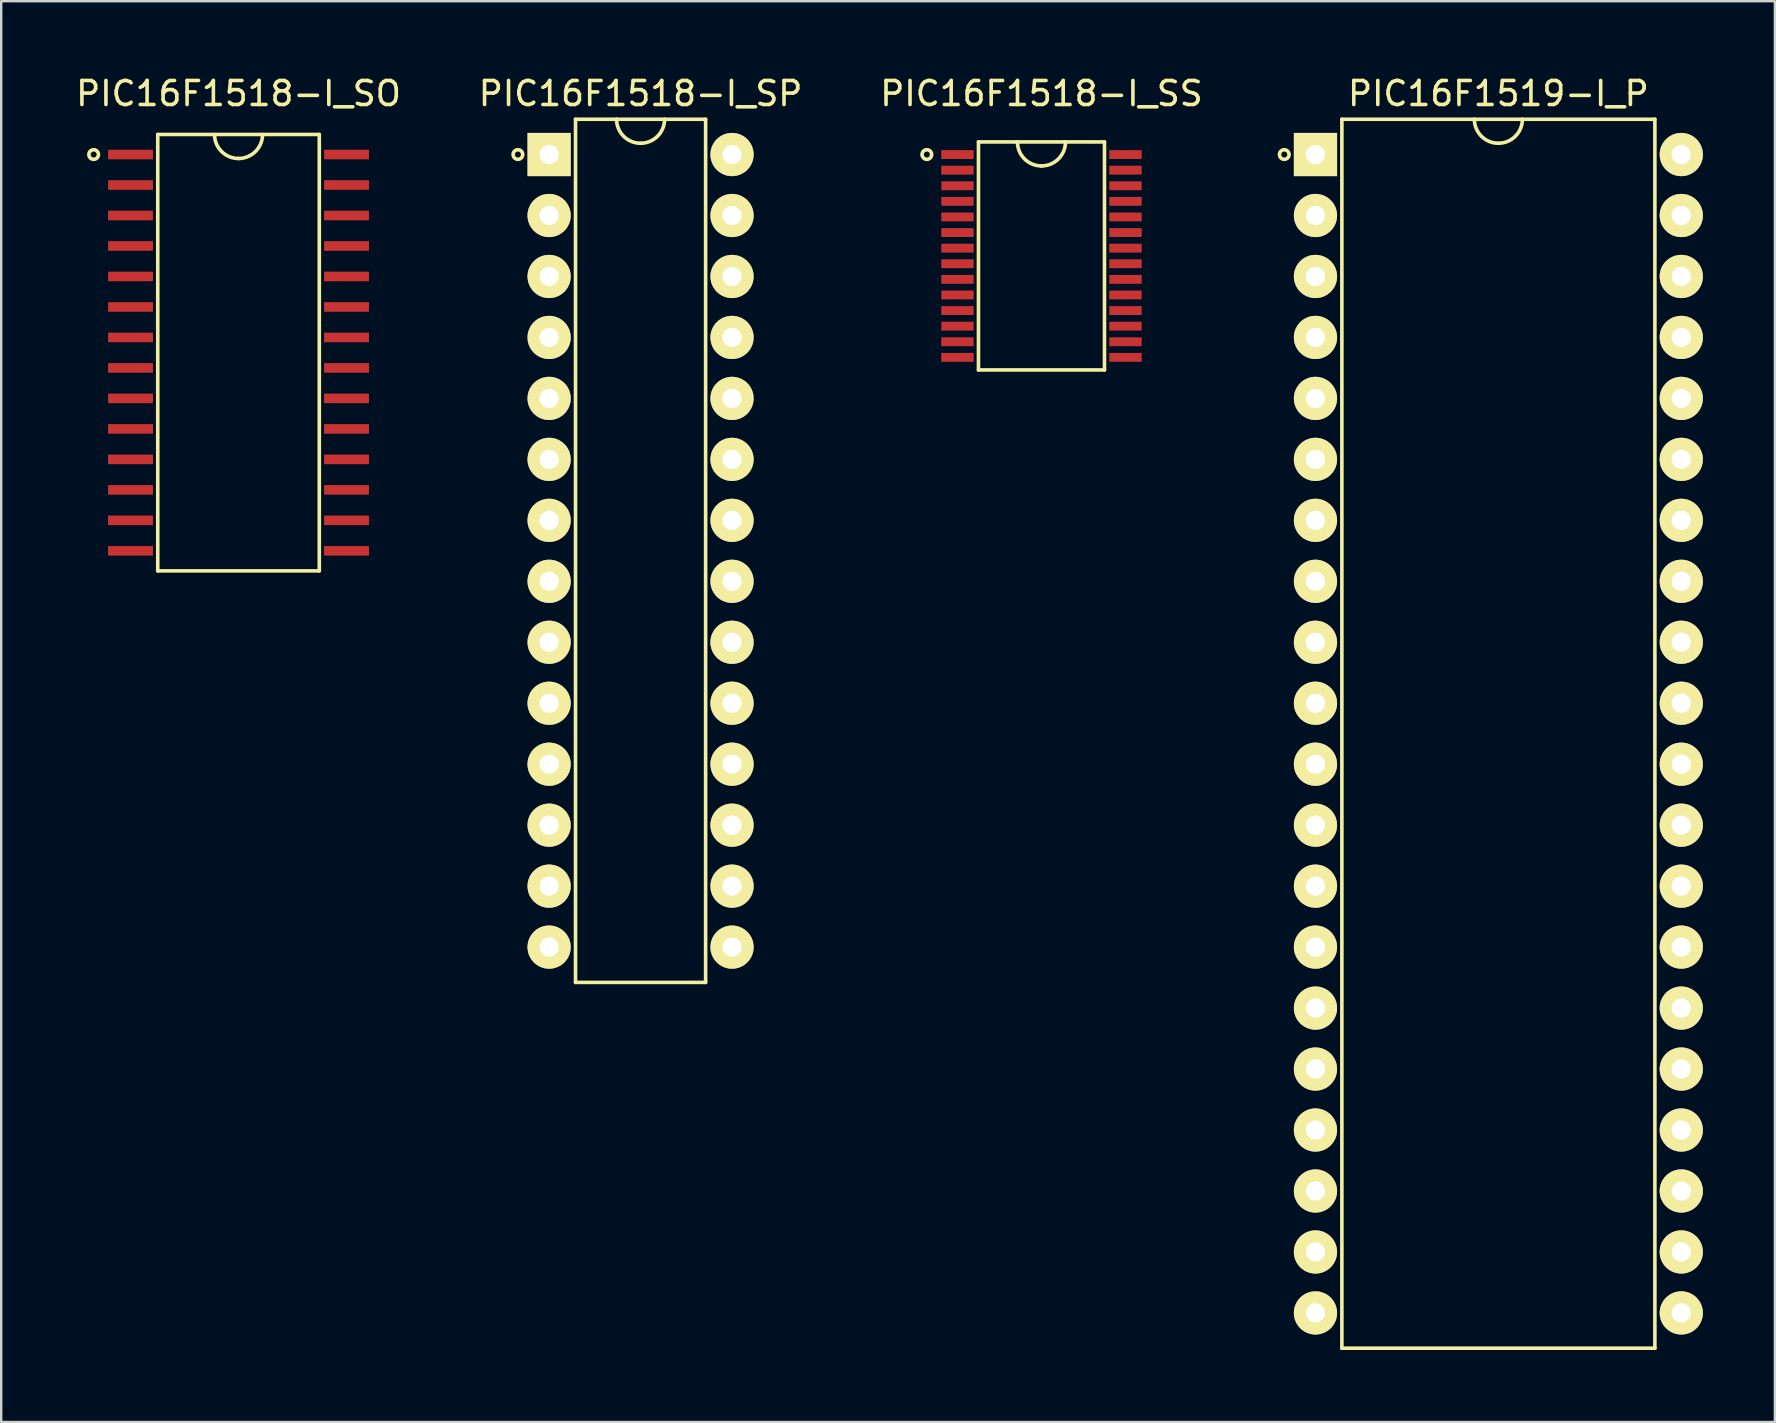
<source format=kicad_pcb>
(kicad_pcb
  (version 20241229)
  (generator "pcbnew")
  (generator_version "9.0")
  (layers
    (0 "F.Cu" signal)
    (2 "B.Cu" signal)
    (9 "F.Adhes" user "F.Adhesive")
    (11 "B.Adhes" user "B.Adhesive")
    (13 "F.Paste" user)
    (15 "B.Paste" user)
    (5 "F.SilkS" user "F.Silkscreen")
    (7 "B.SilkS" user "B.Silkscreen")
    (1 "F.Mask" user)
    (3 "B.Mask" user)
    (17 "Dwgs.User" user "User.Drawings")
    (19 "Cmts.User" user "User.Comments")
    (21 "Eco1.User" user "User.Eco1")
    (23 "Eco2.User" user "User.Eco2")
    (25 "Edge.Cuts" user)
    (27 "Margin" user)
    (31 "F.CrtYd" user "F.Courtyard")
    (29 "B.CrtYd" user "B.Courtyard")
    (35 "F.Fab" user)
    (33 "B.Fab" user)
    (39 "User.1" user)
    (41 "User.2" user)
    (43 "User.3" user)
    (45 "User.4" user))
  (footprint "PIC16F1518-I_SP"
    (layer "F.Cu")
    (at 19.827 3.388)
    (property "Reference" "PIC16F1518-I_SP" (at 3.81 -2.54 0) (layer "F.SilkS") (effects (font (size 1 1) (thickness 0.15))))
    (attr through_hole)
    (fp_line (start 1.1 -1.47) (end 6.52 -1.47) (stroke (width 0.15) (type solid)) (layer "F.SilkS"))
    (fp_line (start 1.1 34.49) (end 1.1 -1.47) (stroke (width 0.15) (type solid)) (layer "F.SilkS"))
    (fp_line (start 6.52 -1.47) (end 6.52 34.49) (stroke (width 0.15) (type solid)) (layer "F.SilkS"))
    (fp_line (start 6.52 34.49) (end 1.1 34.49) (stroke (width 0.15) (type solid)) (layer "F.SilkS"))
    (fp_arc (start 3.81 -0.47) (mid 3.102893 -0.762893) (end 2.81 -1.47) (stroke (width 0.15) (type solid)) (layer "F.SilkS"))
    (fp_arc (start 4.81 -1.47) (mid 4.517107 -0.762893) (end 3.81 -0.47) (stroke (width 0.15) (type solid)) (layer "F.SilkS"))
    (fp_circle (center -1.3 0) (end -1.3 0.2) (stroke (width 0.15) (type solid)) (fill no) (layer "F.SilkS"))
    (pad "1" thru_hole rect (at 0 0) (size 1.8 1.8) (drill 0.8) (layers "*.Cu" "*.Mask" "F.SilkS"))
    (pad "2" thru_hole circle (at 0 2.54) (size 1.8 1.8) (drill 0.8) (layers "*.Cu" "*.Mask" "F.SilkS"))
    (pad "3" thru_hole circle (at 0 5.08) (size 1.8 1.8) (drill 0.8) (layers "*.Cu" "*.Mask" "F.SilkS"))
    (pad "4" thru_hole circle (at 0 7.62) (size 1.8 1.8) (drill 0.8) (layers "*.Cu" "*.Mask" "F.SilkS"))
    (pad "5" thru_hole circle (at 0 10.16) (size 1.8 1.8) (drill 0.8) (layers "*.Cu" "*.Mask" "F.SilkS"))
    (pad "6" thru_hole circle (at 0 12.7) (size 1.8 1.8) (drill 0.8) (layers "*.Cu" "*.Mask" "F.SilkS"))
    (pad "7" thru_hole circle (at 0 15.24) (size 1.8 1.8) (drill 0.8) (layers "*.Cu" "*.Mask" "F.SilkS"))
    (pad "8" thru_hole circle (at 0 17.78) (size 1.8 1.8) (drill 0.8) (layers "*.Cu" "*.Mask" "F.SilkS"))
    (pad "9" thru_hole circle (at 0 20.32) (size 1.8 1.8) (drill 0.8) (layers "*.Cu" "*.Mask" "F.SilkS"))
    (pad "10" thru_hole circle (at 0 22.86) (size 1.8 1.8) (drill 0.8) (layers "*.Cu" "*.Mask" "F.SilkS"))
    (pad "11" thru_hole circle (at 0 25.4) (size 1.8 1.8) (drill 0.8) (layers "*.Cu" "*.Mask" "F.SilkS"))
    (pad "12" thru_hole circle (at 0 27.94) (size 1.8 1.8) (drill 0.8) (layers "*.Cu" "*.Mask" "F.SilkS"))
    (pad "13" thru_hole circle (at 0 30.48) (size 1.8 1.8) (drill 0.8) (layers "*.Cu" "*.Mask" "F.SilkS"))
    (pad "14" thru_hole circle (at 0 33.02) (size 1.8 1.8) (drill 0.8) (layers "*.Cu" "*.Mask" "F.SilkS"))
    (pad "15" thru_hole circle (at 7.62 33.02) (size 1.8 1.8) (drill 0.8) (layers "*.Cu" "*.Mask" "F.SilkS"))
    (pad "16" thru_hole circle (at 7.62 30.48) (size 1.8 1.8) (drill 0.8) (layers "*.Cu" "*.Mask" "F.SilkS"))
    (pad "17" thru_hole circle (at 7.62 27.94) (size 1.8 1.8) (drill 0.8) (layers "*.Cu" "*.Mask" "F.SilkS"))
    (pad "18" thru_hole circle (at 7.62 25.4) (size 1.8 1.8) (drill 0.8) (layers "*.Cu" "*.Mask" "F.SilkS"))
    (pad "19" thru_hole circle (at 7.62 22.86) (size 1.8 1.8) (drill 0.8) (layers "*.Cu" "*.Mask" "F.SilkS"))
    (pad "20" thru_hole circle (at 7.62 20.32) (size 1.8 1.8) (drill 0.8) (layers "*.Cu" "*.Mask" "F.SilkS"))
    (pad "21" thru_hole circle (at 7.62 17.78) (size 1.8 1.8) (drill 0.8) (layers "*.Cu" "*.Mask" "F.SilkS"))
    (pad "22" thru_hole circle (at 7.62 15.24) (size 1.8 1.8) (drill 0.8) (layers "*.Cu" "*.Mask" "F.SilkS"))
    (pad "23" thru_hole circle (at 7.62 12.7) (size 1.8 1.8) (drill 0.8) (layers "*.Cu" "*.Mask" "F.SilkS"))
    (pad "24" thru_hole circle (at 7.62 10.16) (size 1.8 1.8) (drill 0.8) (layers "*.Cu" "*.Mask" "F.SilkS"))
    (pad "25" thru_hole circle (at 7.62 7.62) (size 1.8 1.8) (drill 0.8) (layers "*.Cu" "*.Mask" "F.SilkS"))
    (pad "26" thru_hole circle (at 7.62 5.08) (size 1.8 1.8) (drill 0.8) (layers "*.Cu" "*.Mask" "F.SilkS"))
    (pad "27" thru_hole circle (at 7.62 2.54) (size 1.8 1.8) (drill 0.8) (layers "*.Cu" "*.Mask" "F.SilkS"))
    (pad "28" thru_hole circle (at 7.62 0) (size 1.8 1.8) (drill 0.8) (layers "*.Cu" "*.Mask" "F.SilkS")))
  (footprint "PIC16F1518-I_SO"
    (layer "F.Cu")
    (at 2.387 3.388)
    (property "Reference" "PIC16F1518-I_SO" (at 4.5 -2.54 0) (layer "F.SilkS") (effects (font (size 1 1) (thickness 0.15))))
    (attr through_hole)
    (fp_line (start 1.135 -0.835) (end 7.865 -0.835) (stroke (width 0.15) (type solid)) (layer "F.SilkS"))
    (fp_line (start 1.135 17.345) (end 1.135 -0.835) (stroke (width 0.15) (type solid)) (layer "F.SilkS"))
    (fp_line (start 7.865 -0.835) (end 7.865 17.345) (stroke (width 0.15) (type solid)) (layer "F.SilkS"))
    (fp_line (start 7.865 17.345) (end 1.135 17.345) (stroke (width 0.15) (type solid)) (layer "F.SilkS"))
    (fp_arc (start 4.5 0.165) (mid 3.792893 -0.127893) (end 3.5 -0.835) (stroke (width 0.15) (type solid)) (layer "F.SilkS"))
    (fp_arc (start 5.5 -0.835) (mid 5.207107 -0.127893) (end 4.5 0.165) (stroke (width 0.15) (type solid)) (layer "F.SilkS"))
    (fp_circle (center -1.535 0) (end -1.535 0.2) (stroke (width 0.15) (type solid)) (fill no) (layer "F.SilkS"))
    (pad "1" smd rect (at 0 0) (size 1.87 0.4) (layers "F.Cu" "F.Mask" "F.Paste"))
    (pad "2" smd rect (at 0 1.27) (size 1.87 0.4) (layers "F.Cu" "F.Mask" "F.Paste"))
    (pad "3" smd rect (at 0 2.54) (size 1.87 0.4) (layers "F.Cu" "F.Mask" "F.Paste"))
    (pad "4" smd rect (at 0 3.81) (size 1.87 0.4) (layers "F.Cu" "F.Mask" "F.Paste"))
    (pad "5" smd rect (at 0 5.08) (size 1.87 0.4) (layers "F.Cu" "F.Mask" "F.Paste"))
    (pad "6" smd rect (at 0 6.35) (size 1.87 0.4) (layers "F.Cu" "F.Mask" "F.Paste"))
    (pad "7" smd rect (at 0 7.62) (size 1.87 0.4) (layers "F.Cu" "F.Mask" "F.Paste"))
    (pad "8" smd rect (at 0 8.89) (size 1.87 0.4) (layers "F.Cu" "F.Mask" "F.Paste"))
    (pad "9" smd rect (at 0 10.16) (size 1.87 0.4) (layers "F.Cu" "F.Mask" "F.Paste"))
    (pad "10" smd rect (at 0 11.43) (size 1.87 0.4) (layers "F.Cu" "F.Mask" "F.Paste"))
    (pad "11" smd rect (at 0 12.7) (size 1.87 0.4) (layers "F.Cu" "F.Mask" "F.Paste"))
    (pad "12" smd rect (at 0 13.97) (size 1.87 0.4) (layers "F.Cu" "F.Mask" "F.Paste"))
    (pad "13" smd rect (at 0 15.24) (size 1.87 0.4) (layers "F.Cu" "F.Mask" "F.Paste"))
    (pad "14" smd rect (at 0 16.51) (size 1.87 0.4) (layers "F.Cu" "F.Mask" "F.Paste"))
    (pad "15" smd rect (at 9 16.51) (size 1.87 0.4) (layers "F.Cu" "F.Mask" "F.Paste"))
    (pad "16" smd rect (at 9 15.24) (size 1.87 0.4) (layers "F.Cu" "F.Mask" "F.Paste"))
    (pad "17" smd rect (at 9 13.97) (size 1.87 0.4) (layers "F.Cu" "F.Mask" "F.Paste"))
    (pad "18" smd rect (at 9 12.7) (size 1.87 0.4) (layers "F.Cu" "F.Mask" "F.Paste"))
    (pad "19" smd rect (at 9 11.43) (size 1.87 0.4) (layers "F.Cu" "F.Mask" "F.Paste"))
    (pad "20" smd rect (at 9 10.16) (size 1.87 0.4) (layers "F.Cu" "F.Mask" "F.Paste"))
    (pad "21" smd rect (at 9 8.89) (size 1.87 0.4) (layers "F.Cu" "F.Mask" "F.Paste"))
    (pad "22" smd rect (at 9 7.62) (size 1.87 0.4) (layers "F.Cu" "F.Mask" "F.Paste"))
    (pad "23" smd rect (at 9 6.35) (size 1.87 0.4) (layers "F.Cu" "F.Mask" "F.Paste"))
    (pad "24" smd rect (at 9 5.08) (size 1.87 0.4) (layers "F.Cu" "F.Mask" "F.Paste"))
    (pad "25" smd rect (at 9 3.81) (size 1.87 0.4) (layers "F.Cu" "F.Mask" "F.Paste"))
    (pad "26" smd rect (at 9 2.54) (size 1.87 0.4) (layers "F.Cu" "F.Mask" "F.Paste"))
    (pad "27" smd rect (at 9 1.27) (size 1.87 0.4) (layers "F.Cu" "F.Mask" "F.Paste"))
    (pad "28" smd rect (at 9 0) (size 1.87 0.4) (layers "F.Cu" "F.Mask" "F.Paste")))
  (footprint "PIC16F1518-I_SS"
    (layer "F.Cu")
    (at 36.839 3.388)
    (property "Reference" "PIC16F1518-I_SS" (at 3.5 -2.54 0) (layer "F.SilkS") (effects (font (size 1 1) (thickness 0.15))))
    (attr through_hole)
    (fp_line (start 0.875 -0.525) (end 6.125 -0.525) (stroke (width 0.15) (type solid)) (layer "F.SilkS"))
    (fp_line (start 0.875 8.975) (end 0.875 -0.525) (stroke (width 0.15) (type solid)) (layer "F.SilkS"))
    (fp_line (start 6.125 -0.525) (end 6.125 8.975) (stroke (width 0.15) (type solid)) (layer "F.SilkS"))
    (fp_line (start 6.125 8.975) (end 0.875 8.975) (stroke (width 0.15) (type solid)) (layer "F.SilkS"))
    (fp_arc (start 3.5 0.475) (mid 2.792893 0.182107) (end 2.5 -0.525) (stroke (width 0.15) (type solid)) (layer "F.SilkS"))
    (fp_arc (start 4.5 -0.525) (mid 4.207107 0.182107) (end 3.5 0.475) (stroke (width 0.15) (type solid)) (layer "F.SilkS"))
    (fp_circle (center -1.275 0) (end -1.275 0.2) (stroke (width 0.15) (type solid)) (fill no) (layer "F.SilkS"))
    (pad "1" smd rect (at 0 0) (size 1.35 0.37) (layers "F.Cu" "F.Mask" "F.Paste"))
    (pad "2" smd rect (at 0 0.65) (size 1.35 0.37) (layers "F.Cu" "F.Mask" "F.Paste"))
    (pad "3" smd rect (at 0 1.3) (size 1.35 0.37) (layers "F.Cu" "F.Mask" "F.Paste"))
    (pad "4" smd rect (at 0 1.95) (size 1.35 0.37) (layers "F.Cu" "F.Mask" "F.Paste"))
    (pad "5" smd rect (at 0 2.6) (size 1.35 0.37) (layers "F.Cu" "F.Mask" "F.Paste"))
    (pad "6" smd rect (at 0 3.25) (size 1.35 0.37) (layers "F.Cu" "F.Mask" "F.Paste"))
    (pad "7" smd rect (at 0 3.9) (size 1.35 0.37) (layers "F.Cu" "F.Mask" "F.Paste"))
    (pad "8" smd rect (at 0 4.55) (size 1.35 0.37) (layers "F.Cu" "F.Mask" "F.Paste"))
    (pad "9" smd rect (at 0 5.2) (size 1.35 0.37) (layers "F.Cu" "F.Mask" "F.Paste"))
    (pad "10" smd rect (at 0 5.85) (size 1.35 0.37) (layers "F.Cu" "F.Mask" "F.Paste"))
    (pad "11" smd rect (at 0 6.5) (size 1.35 0.37) (layers "F.Cu" "F.Mask" "F.Paste"))
    (pad "12" smd rect (at 0 7.15) (size 1.35 0.37) (layers "F.Cu" "F.Mask" "F.Paste"))
    (pad "13" smd rect (at 0 7.8) (size 1.35 0.37) (layers "F.Cu" "F.Mask" "F.Paste"))
    (pad "14" smd rect (at 0 8.45) (size 1.35 0.37) (layers "F.Cu" "F.Mask" "F.Paste"))
    (pad "15" smd rect (at 7 8.45) (size 1.35 0.37) (layers "F.Cu" "F.Mask" "F.Paste"))
    (pad "16" smd rect (at 7 7.8) (size 1.35 0.37) (layers "F.Cu" "F.Mask" "F.Paste"))
    (pad "17" smd rect (at 7 7.15) (size 1.35 0.37) (layers "F.Cu" "F.Mask" "F.Paste"))
    (pad "18" smd rect (at 7 6.5) (size 1.35 0.37) (layers "F.Cu" "F.Mask" "F.Paste"))
    (pad "19" smd rect (at 7 5.85) (size 1.35 0.37) (layers "F.Cu" "F.Mask" "F.Paste"))
    (pad "20" smd rect (at 7 5.2) (size 1.35 0.37) (layers "F.Cu" "F.Mask" "F.Paste"))
    (pad "21" smd rect (at 7 4.55) (size 1.35 0.37) (layers "F.Cu" "F.Mask" "F.Paste"))
    (pad "22" smd rect (at 7 3.9) (size 1.35 0.37) (layers "F.Cu" "F.Mask" "F.Paste"))
    (pad "23" smd rect (at 7 3.25) (size 1.35 0.37) (layers "F.Cu" "F.Mask" "F.Paste"))
    (pad "24" smd rect (at 7 2.6) (size 1.35 0.37) (layers "F.Cu" "F.Mask" "F.Paste"))
    (pad "25" smd rect (at 7 1.95) (size 1.35 0.37) (layers "F.Cu" "F.Mask" "F.Paste"))
    (pad "26" smd rect (at 7 1.3) (size 1.35 0.37) (layers "F.Cu" "F.Mask" "F.Paste"))
    (pad "27" smd rect (at 7 0.65) (size 1.35 0.37) (layers "F.Cu" "F.Mask" "F.Paste"))
    (pad "28" smd rect (at 7 0) (size 1.35 0.37) (layers "F.Cu" "F.Mask" "F.Paste")))
  (footprint "PIC16F1519-I_P"
    (layer "F.Cu")
    (at 51.754 3.388)
    (property "Reference" "PIC16F1519-I_P" (at 7.62 -2.54 0) (layer "F.SilkS") (effects (font (size 1 1) (thickness 0.15))))
    (attr through_hole)
    (fp_line (start 1.1 -1.47) (end 14.14 -1.47) (stroke (width 0.15) (type solid)) (layer "F.SilkS"))
    (fp_line (start 1.1 49.73) (end 1.1 -1.47) (stroke (width 0.15) (type solid)) (layer "F.SilkS"))
    (fp_line (start 14.14 -1.47) (end 14.14 49.73) (stroke (width 0.15) (type solid)) (layer "F.SilkS"))
    (fp_line (start 14.14 49.73) (end 1.1 49.73) (stroke (width 0.15) (type solid)) (layer "F.SilkS"))
    (fp_arc (start 7.62 -0.47) (mid 6.912893 -0.762893) (end 6.62 -1.47) (stroke (width 0.15) (type solid)) (layer "F.SilkS"))
    (fp_arc (start 8.62 -1.47) (mid 8.327107 -0.762893) (end 7.62 -0.47) (stroke (width 0.15) (type solid)) (layer "F.SilkS"))
    (fp_circle (center -1.3 0) (end -1.3 0.2) (stroke (width 0.15) (type solid)) (fill no) (layer "F.SilkS"))
    (pad "1" thru_hole rect (at 0 0) (size 1.8 1.8) (drill 0.8) (layers "*.Cu" "*.Mask" "F.SilkS"))
    (pad "2" thru_hole circle (at 0 2.54) (size 1.8 1.8) (drill 0.8) (layers "*.Cu" "*.Mask" "F.SilkS"))
    (pad "3" thru_hole circle (at 0 5.08) (size 1.8 1.8) (drill 0.8) (layers "*.Cu" "*.Mask" "F.SilkS"))
    (pad "4" thru_hole circle (at 0 7.62) (size 1.8 1.8) (drill 0.8) (layers "*.Cu" "*.Mask" "F.SilkS"))
    (pad "5" thru_hole circle (at 0 10.16) (size 1.8 1.8) (drill 0.8) (layers "*.Cu" "*.Mask" "F.SilkS"))
    (pad "6" thru_hole circle (at 0 12.7) (size 1.8 1.8) (drill 0.8) (layers "*.Cu" "*.Mask" "F.SilkS"))
    (pad "7" thru_hole circle (at 0 15.24) (size 1.8 1.8) (drill 0.8) (layers "*.Cu" "*.Mask" "F.SilkS"))
    (pad "8" thru_hole circle (at 0 17.78) (size 1.8 1.8) (drill 0.8) (layers "*.Cu" "*.Mask" "F.SilkS"))
    (pad "9" thru_hole circle (at 0 20.32) (size 1.8 1.8) (drill 0.8) (layers "*.Cu" "*.Mask" "F.SilkS"))
    (pad "10" thru_hole circle (at 0 22.86) (size 1.8 1.8) (drill 0.8) (layers "*.Cu" "*.Mask" "F.SilkS"))
    (pad "11" thru_hole circle (at 0 25.4) (size 1.8 1.8) (drill 0.8) (layers "*.Cu" "*.Mask" "F.SilkS"))
    (pad "12" thru_hole circle (at 0 27.94) (size 1.8 1.8) (drill 0.8) (layers "*.Cu" "*.Mask" "F.SilkS"))
    (pad "13" thru_hole circle (at 0 30.48) (size 1.8 1.8) (drill 0.8) (layers "*.Cu" "*.Mask" "F.SilkS"))
    (pad "14" thru_hole circle (at 0 33.02) (size 1.8 1.8) (drill 0.8) (layers "*.Cu" "*.Mask" "F.SilkS"))
    (pad "15" thru_hole circle (at 0 35.56) (size 1.8 1.8) (drill 0.8) (layers "*.Cu" "*.Mask" "F.SilkS"))
    (pad "16" thru_hole circle (at 0 38.1) (size 1.8 1.8) (drill 0.8) (layers "*.Cu" "*.Mask" "F.SilkS"))
    (pad "17" thru_hole circle (at 0 40.64) (size 1.8 1.8) (drill 0.8) (layers "*.Cu" "*.Mask" "F.SilkS"))
    (pad "18" thru_hole circle (at 0 43.18) (size 1.8 1.8) (drill 0.8) (layers "*.Cu" "*.Mask" "F.SilkS"))
    (pad "19" thru_hole circle (at 0 45.72) (size 1.8 1.8) (drill 0.8) (layers "*.Cu" "*.Mask" "F.SilkS"))
    (pad "20" thru_hole circle (at 0 48.26) (size 1.8 1.8) (drill 0.8) (layers "*.Cu" "*.Mask" "F.SilkS"))
    (pad "21" thru_hole circle (at 15.24 48.26) (size 1.8 1.8) (drill 0.8) (layers "*.Cu" "*.Mask" "F.SilkS"))
    (pad "22" thru_hole circle (at 15.24 45.72) (size 1.8 1.8) (drill 0.8) (layers "*.Cu" "*.Mask" "F.SilkS"))
    (pad "23" thru_hole circle (at 15.24 43.18) (size 1.8 1.8) (drill 0.8) (layers "*.Cu" "*.Mask" "F.SilkS"))
    (pad "24" thru_hole circle (at 15.24 40.64) (size 1.8 1.8) (drill 0.8) (layers "*.Cu" "*.Mask" "F.SilkS"))
    (pad "25" thru_hole circle (at 15.24 38.1) (size 1.8 1.8) (drill 0.8) (layers "*.Cu" "*.Mask" "F.SilkS"))
    (pad "26" thru_hole circle (at 15.24 35.56) (size 1.8 1.8) (drill 0.8) (layers "*.Cu" "*.Mask" "F.SilkS"))
    (pad "27" thru_hole circle (at 15.24 33.02) (size 1.8 1.8) (drill 0.8) (layers "*.Cu" "*.Mask" "F.SilkS"))
    (pad "28" thru_hole circle (at 15.24 30.48) (size 1.8 1.8) (drill 0.8) (layers "*.Cu" "*.Mask" "F.SilkS"))
    (pad "29" thru_hole circle (at 15.24 27.94) (size 1.8 1.8) (drill 0.8) (layers "*.Cu" "*.Mask" "F.SilkS"))
    (pad "30" thru_hole circle (at 15.24 25.4) (size 1.8 1.8) (drill 0.8) (layers "*.Cu" "*.Mask" "F.SilkS"))
    (pad "31" thru_hole circle (at 15.24 22.86) (size 1.8 1.8) (drill 0.8) (layers "*.Cu" "*.Mask" "F.SilkS"))
    (pad "32" thru_hole circle (at 15.24 20.32) (size 1.8 1.8) (drill 0.8) (layers "*.Cu" "*.Mask" "F.SilkS"))
    (pad "33" thru_hole circle (at 15.24 17.78) (size 1.8 1.8) (drill 0.8) (layers "*.Cu" "*.Mask" "F.SilkS"))
    (pad "34" thru_hole circle (at 15.24 15.24) (size 1.8 1.8) (drill 0.8) (layers "*.Cu" "*.Mask" "F.SilkS"))
    (pad "35" thru_hole circle (at 15.24 12.7) (size 1.8 1.8) (drill 0.8) (layers "*.Cu" "*.Mask" "F.SilkS"))
    (pad "36" thru_hole circle (at 15.24 10.16) (size 1.8 1.8) (drill 0.8) (layers "*.Cu" "*.Mask" "F.SilkS"))
    (pad "37" thru_hole circle (at 15.24 7.62) (size 1.8 1.8) (drill 0.8) (layers "*.Cu" "*.Mask" "F.SilkS"))
    (pad "38" thru_hole circle (at 15.24 5.08) (size 1.8 1.8) (drill 0.8) (layers "*.Cu" "*.Mask" "F.SilkS"))
    (pad "39" thru_hole circle (at 15.24 2.54) (size 1.8 1.8) (drill 0.8) (layers "*.Cu" "*.Mask" "F.SilkS"))
    (pad "40" thru_hole circle (at 15.24 0) (size 1.8 1.8) (drill 0.8) (layers "*.Cu" "*.Mask" "F.SilkS")))
  (gr_rect
    (start -3 -3)
    (end 70.894 56.193)
    (stroke (width 0.1) (type default))
    (fill no)
    (layer "Edge.Cuts")))
</source>
